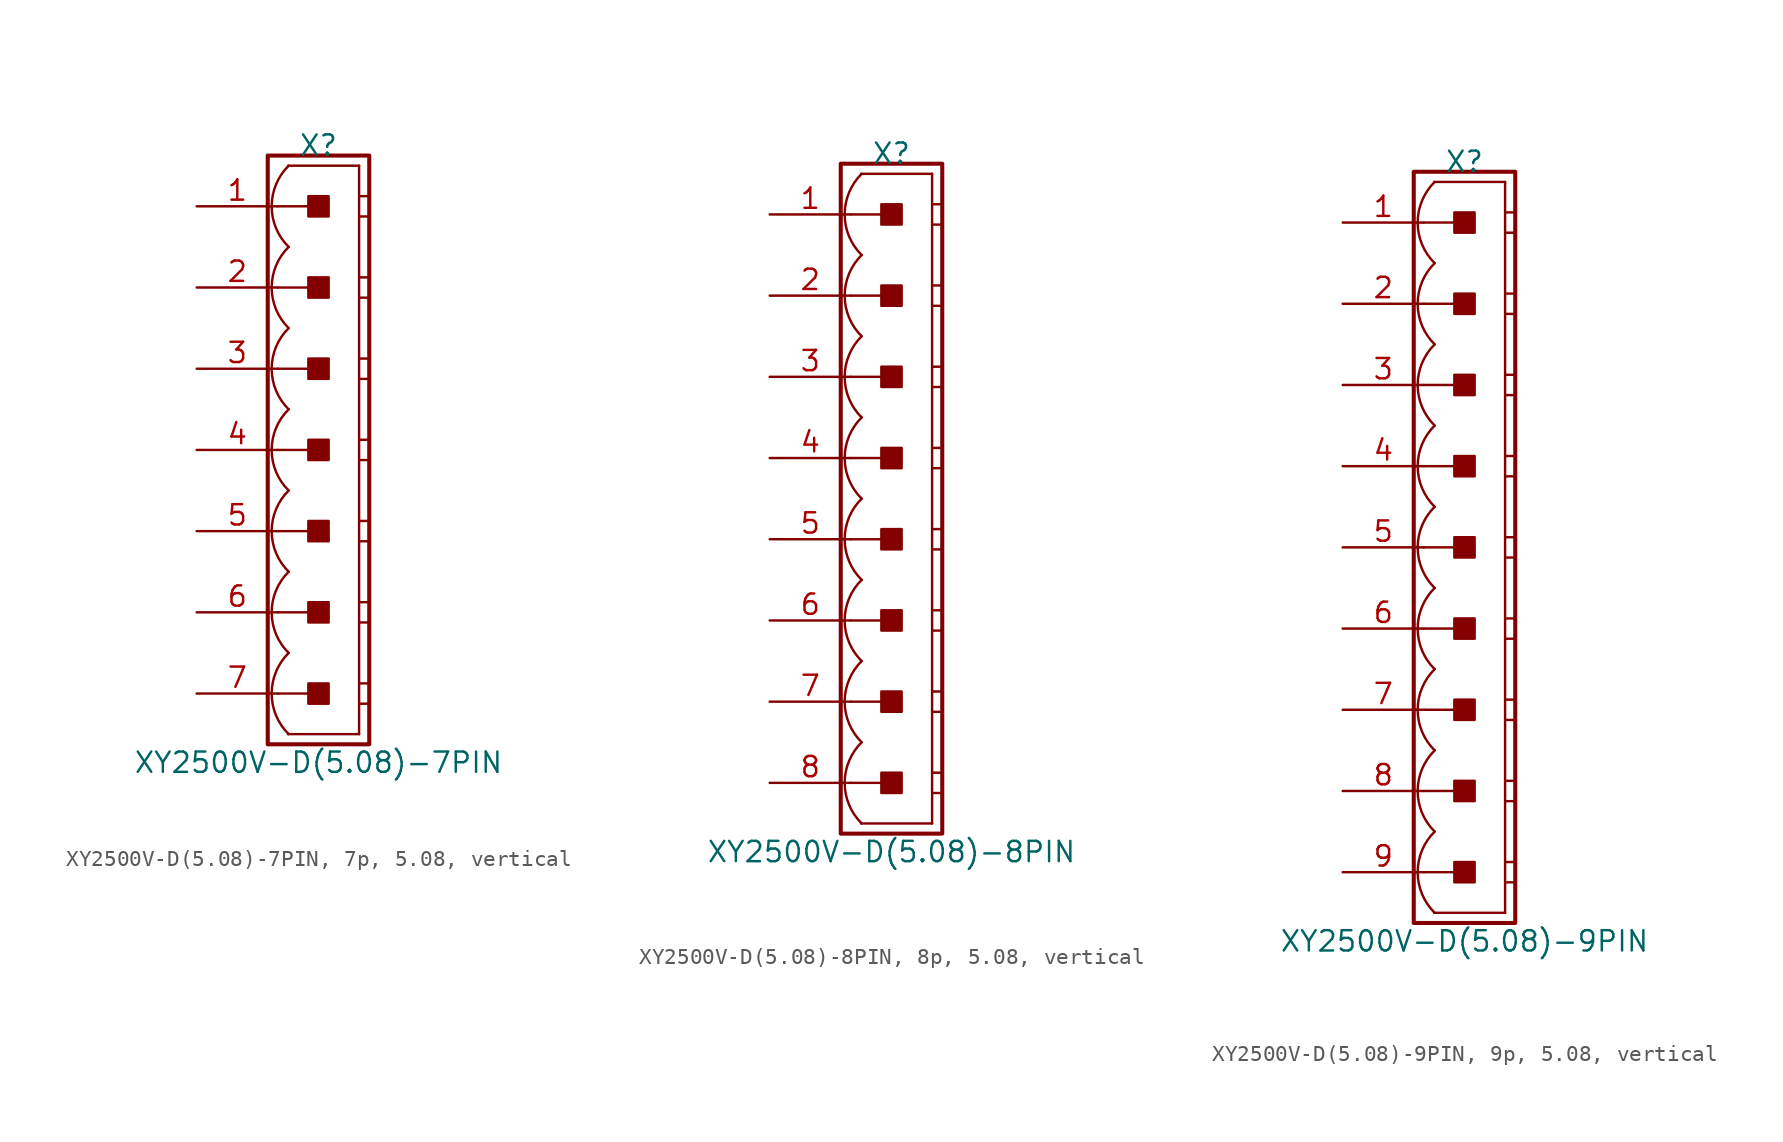
<source format=kicad_sym>
(kicad_symbol_lib
  (version 20241209)
  (generator "kicad_symbol_editor")
  (generator_version "9.0")
  (symbol "XY2500V-D(5.08)-7PIN, 7p, 5.08, vertical"
    (pin_names
      (offset 1.016)
      (hide yes))
    (property "Reference" "X"
      (at 0 19.05 0)
      (effects (font (size 1.27 1.27))))
    (property "Value" "XY2500V-D(5.08)-7PIN"
      (at 0 -19.558 0)
      (effects (font (size 1.27 1.27))))
    (symbol "XY2500V-D(5.08)-7PIN, 7p, 5.08, vertical_0_1"
      (polyline (pts (xy 2.54 17.78) (xy -1.905 17.78)) (stroke (width 0.152) (type default)) (fill (type none)))
      (polyline (pts (xy 2.54 17.78) (xy 2.54 -17.78)) (stroke (width 0.152) (type default)) (fill (type none)))
      (polyline (pts (xy 2.54 15.875) (xy 3.175 15.875)) (stroke (width 0.152) (type default)) (fill (type none)))
      (polyline (pts (xy 2.54 14.605) (xy 3.175 14.605)) (stroke (width 0.152) (type default)) (fill (type none)))
      (polyline (pts (xy 2.54 10.795) (xy 3.175 10.795)) (stroke (width 0.152) (type default)) (fill (type none)))
      (polyline (pts (xy 2.54 9.525) (xy 3.175 9.525)) (stroke (width 0.152) (type default)) (fill (type none)))
      (polyline (pts (xy 2.54 5.715) (xy 3.175 5.715)) (stroke (width 0.152) (type default)) (fill (type none)))
      (polyline (pts (xy 2.54 4.445) (xy 3.175 4.445)) (stroke (width 0.152) (type default)) (fill (type none)))
      (polyline (pts (xy 2.54 0.635) (xy 3.175 0.635)) (stroke (width 0.152) (type default)) (fill (type none)))
      (polyline (pts (xy 2.54 -0.635) (xy 3.175 -0.635)) (stroke (width 0.152) (type default)) (fill (type none)))
      (polyline (pts (xy 2.54 -4.445) (xy 3.175 -4.445)) (stroke (width 0.152) (type default)) (fill (type none)))
      (polyline (pts (xy 2.54 -5.715) (xy 3.175 -5.715)) (stroke (width 0.152) (type default)) (fill (type none)))
      (polyline (pts (xy 2.54 -9.525) (xy 3.175 -9.525)) (stroke (width 0.152) (type default)) (fill (type none)))
      (polyline (pts (xy 2.54 -10.795) (xy 3.175 -10.795)) (stroke (width 0.152) (type default)) (fill (type none)))
      (polyline (pts (xy 2.54 -14.605) (xy 3.175 -14.605)) (stroke (width 0.152) (type default)) (fill (type none)))
      (polyline (pts (xy 2.54 -15.875) (xy 3.175 -15.875)) (stroke (width 0.152) (type default)) (fill (type none)))
      (polyline (pts (xy 2.54 -17.78) (xy -1.905 -17.78)) (stroke (width 0.152) (type default)) (fill (type none))))
    (symbol "XY2500V-D(5.08)-7PIN, 7p, 5.08, vertical_1_0"
      (polyline (pts (xy -2.54 15.24) (xy 0 15.24)) (stroke (width 0.152) (type default)) (fill (type none)))
      (polyline (pts (xy -2.54 10.16) (xy 0 10.16)) (stroke (width 0.152) (type default)) (fill (type none)))
      (polyline (pts (xy -2.54 5.08) (xy 0 5.08)) (stroke (width 0.152) (type default)) (fill (type none)))
      (polyline (pts (xy -2.54 0) (xy 0 0)) (stroke (width 0.152) (type default)) (fill (type none)))
      (polyline (pts (xy -2.54 -5.08) (xy 0 -5.08)) (stroke (width 0.152) (type default)) (fill (type none)))
      (polyline (pts (xy -2.54 -10.16) (xy 0 -10.16)) (stroke (width 0.152) (type default)) (fill (type none)))
      (polyline (pts (xy -2.54 -15.24) (xy 0 -15.24)) (stroke (width 0.152) (type default)) (fill (type none))))
    (symbol "XY2500V-D(5.08)-7PIN, 7p, 5.08, vertical_1_1"
      (rectangle (start -3.175 18.415) (end 3.175 -18.415) (stroke (width 0.254) (type default)) (fill (type none)))
      (rectangle (start -0.635 14.605) (end 0.635 15.875) (stroke (width 0.152) (type default)) (fill (type outline)))
      (rectangle (start -0.635 9.525) (end 0.635 10.795) (stroke (width 0.152) (type default)) (fill (type outline)))
      (rectangle (start -0.635 4.445) (end 0.635 5.715) (stroke (width 0.152) (type default)) (fill (type outline)))
      (rectangle (start -0.635 -0.635) (end 0.635 0.635) (stroke (width 0.152) (type default)) (fill (type outline)))
      (rectangle (start -0.635 -5.715) (end 0.635 -4.445) (stroke (width 0.152) (type default)) (fill (type outline)))
      (rectangle (start -0.635 -10.795) (end 0.635 -9.525) (stroke (width 0.152) (type default)) (fill (type outline)))
      (rectangle (start -0.635 -15.875) (end 0.635 -14.605) (stroke (width 0.152) (type default)) (fill (type outline)))
      (arc (start -1.8664 12.7) (mid -2.9299 15.24) (end -1.8664 17.78) (stroke (width 0.1524) (type default)) (fill (type none)))
      (arc (start -1.8664 7.62) (mid -2.9299 10.16) (end -1.8664 12.7) (stroke (width 0.1524) (type default)) (fill (type none)))
      (arc (start -1.8664 2.54) (mid -2.9299 5.08) (end -1.8664 7.62) (stroke (width 0.1524) (type default)) (fill (type none)))
      (arc (start -1.8664 -2.54) (mid -2.9299 0) (end -1.8664 2.54) (stroke (width 0.1524) (type default)) (fill (type none)))
      (arc (start -1.8664 -7.62) (mid -2.9299 -5.08) (end -1.8664 -2.54) (stroke (width 0.1524) (type default)) (fill (type none)))
      (arc (start -1.8664 -12.7) (mid -2.9299 -10.16) (end -1.8664 -7.62) (stroke (width 0.1524) (type default)) (fill (type none)))
      (arc (start -1.8664 -17.78) (mid -2.9299 -15.24) (end -1.8664 -12.7) (stroke (width 0.1524) (type default)) (fill (type none)))
      (pin passive line (at -7.62 15.24 0) (length 5.08) (name "1" (effects (font (size 1.27 1.27)))) (number "1" (effects (font (size 1.27 1.27)))))
      (pin passive line (at -7.62 10.16 0) (length 5.08) (name "2" (effects (font (size 1.27 1.27)))) (number "2" (effects (font (size 1.27 1.27)))))
      (pin passive line (at -7.62 5.08 0) (length 5.08) (name "3" (effects (font (size 1.27 1.27)))) (number "3" (effects (font (size 1.27 1.27)))))
      (pin passive line (at -7.62 0 0) (length 5.08) (name "4" (effects (font (size 1.27 1.27)))) (number "4" (effects (font (size 1.27 1.27)))))
      (pin passive line (at -7.62 -5.08 0) (length 5.08) (name "5" (effects (font (size 1.27 1.27)))) (number "5" (effects (font (size 1.27 1.27)))))
      (pin passive line (at -7.62 -10.16 0) (length 5.08) (name "6" (effects (font (size 1.27 1.27)))) (number "6" (effects (font (size 1.27 1.27)))))
      (pin passive line (at -7.62 -15.24 0) (length 5.08) (name "7" (effects (font (size 1.27 1.27)))) (number "7" (effects (font (size 1.27 1.27)))))))
  (symbol "XY2500V-D(5.08)-8PIN, 8p, 5.08, vertical"
    (pin_names
      (offset 1.016)
      (hide yes))
    (property "Reference" "X"
      (at 0 21.59 0)
      (effects (font (size 1.27 1.27))))
    (property "Value" "XY2500V-D(5.08)-8PIN"
      (at 0 -22.098 0)
      (effects (font (size 1.27 1.27))))
    (symbol "XY2500V-D(5.08)-8PIN, 8p, 5.08, vertical_0_1"
      (polyline (pts (xy 2.54 20.32) (xy -1.905 20.32)) (stroke (width 0.152) (type default)) (fill (type none)))
      (polyline (pts (xy 2.54 20.32) (xy 2.54 -20.32)) (stroke (width 0.152) (type default)) (fill (type none)))
      (polyline (pts (xy 2.54 18.415) (xy 3.175 18.415)) (stroke (width 0.152) (type default)) (fill (type none)))
      (polyline (pts (xy 2.54 17.145) (xy 3.175 17.145)) (stroke (width 0.152) (type default)) (fill (type none)))
      (polyline (pts (xy 2.54 13.335) (xy 3.175 13.335)) (stroke (width 0.152) (type default)) (fill (type none)))
      (polyline (pts (xy 2.54 12.065) (xy 3.175 12.065)) (stroke (width 0.152) (type default)) (fill (type none)))
      (polyline (pts (xy 2.54 8.255) (xy 3.175 8.255)) (stroke (width 0.152) (type default)) (fill (type none)))
      (polyline (pts (xy 2.54 6.985) (xy 3.175 6.985)) (stroke (width 0.152) (type default)) (fill (type none)))
      (polyline (pts (xy 2.54 3.175) (xy 3.175 3.175)) (stroke (width 0.152) (type default)) (fill (type none)))
      (polyline (pts (xy 2.54 1.905) (xy 3.175 1.905)) (stroke (width 0.152) (type default)) (fill (type none)))
      (polyline (pts (xy 2.54 -1.905) (xy 3.175 -1.905)) (stroke (width 0.152) (type default)) (fill (type none)))
      (polyline (pts (xy 2.54 -3.175) (xy 3.175 -3.175)) (stroke (width 0.152) (type default)) (fill (type none)))
      (polyline (pts (xy 2.54 -6.985) (xy 3.175 -6.985)) (stroke (width 0.152) (type default)) (fill (type none)))
      (polyline (pts (xy 2.54 -8.255) (xy 3.175 -8.255)) (stroke (width 0.152) (type default)) (fill (type none)))
      (polyline (pts (xy 2.54 -12.065) (xy 3.175 -12.065)) (stroke (width 0.152) (type default)) (fill (type none)))
      (polyline (pts (xy 2.54 -13.335) (xy 3.175 -13.335)) (stroke (width 0.152) (type default)) (fill (type none)))
      (polyline (pts (xy 2.54 -17.145) (xy 3.175 -17.145)) (stroke (width 0.152) (type default)) (fill (type none)))
      (polyline (pts (xy 2.54 -18.415) (xy 3.175 -18.415)) (stroke (width 0.152) (type default)) (fill (type none)))
      (polyline (pts (xy 2.54 -20.32) (xy -1.905 -20.32)) (stroke (width 0.152) (type default)) (fill (type none))))
    (symbol "XY2500V-D(5.08)-8PIN, 8p, 5.08, vertical_1_0"
      (polyline (pts (xy -2.54 17.78) (xy 0 17.78)) (stroke (width 0.152) (type default)) (fill (type none)))
      (polyline (pts (xy -2.54 12.7) (xy 0 12.7)) (stroke (width 0.152) (type default)) (fill (type none)))
      (polyline (pts (xy -2.54 7.62) (xy 0 7.62)) (stroke (width 0.152) (type default)) (fill (type none)))
      (polyline (pts (xy -2.54 2.54) (xy 0 2.54)) (stroke (width 0.152) (type default)) (fill (type none)))
      (polyline (pts (xy -2.54 -2.54) (xy 0 -2.54)) (stroke (width 0.152) (type default)) (fill (type none)))
      (polyline (pts (xy -2.54 -7.62) (xy 0 -7.62)) (stroke (width 0.152) (type default)) (fill (type none)))
      (polyline (pts (xy -2.54 -12.7) (xy 0 -12.7)) (stroke (width 0.152) (type default)) (fill (type none)))
      (polyline (pts (xy -2.54 -17.78) (xy 0 -17.78)) (stroke (width 0.152) (type default)) (fill (type none))))
    (symbol "XY2500V-D(5.08)-8PIN, 8p, 5.08, vertical_1_1"
      (rectangle (start -3.175 20.955) (end 3.175 -20.955) (stroke (width 0.254) (type default)) (fill (type none)))
      (rectangle (start -0.635 17.145) (end 0.635 18.415) (stroke (width 0.152) (type default)) (fill (type outline)))
      (rectangle (start -0.635 12.065) (end 0.635 13.335) (stroke (width 0.152) (type default)) (fill (type outline)))
      (rectangle (start -0.635 6.985) (end 0.635 8.255) (stroke (width 0.152) (type default)) (fill (type outline)))
      (rectangle (start -0.635 1.905) (end 0.635 3.175) (stroke (width 0.152) (type default)) (fill (type outline)))
      (rectangle (start -0.635 -3.175) (end 0.635 -1.905) (stroke (width 0.152) (type default)) (fill (type outline)))
      (rectangle (start -0.635 -8.255) (end 0.635 -6.985) (stroke (width 0.152) (type default)) (fill (type outline)))
      (rectangle (start -0.635 -13.335) (end 0.635 -12.065) (stroke (width 0.152) (type default)) (fill (type outline)))
      (rectangle (start -0.635 -18.415) (end 0.635 -17.145) (stroke (width 0.152) (type default)) (fill (type outline)))
      (arc (start -1.8664 15.24) (mid -2.9299 17.78) (end -1.8664 20.32) (stroke (width 0.1524) (type default)) (fill (type none)))
      (arc (start -1.8664 10.16) (mid -2.9299 12.7) (end -1.8664 15.24) (stroke (width 0.1524) (type default)) (fill (type none)))
      (arc (start -1.8664 5.08) (mid -2.9299 7.62) (end -1.8664 10.16) (stroke (width 0.1524) (type default)) (fill (type none)))
      (arc (start -1.8664 0) (mid -2.9299 2.54) (end -1.8664 5.08) (stroke (width 0.1524) (type default)) (fill (type none)))
      (arc (start -1.8664 -5.08) (mid -2.9299 -2.54) (end -1.8664 0) (stroke (width 0.1524) (type default)) (fill (type none)))
      (arc (start -1.8664 -10.16) (mid -2.9299 -7.62) (end -1.8664 -5.08) (stroke (width 0.1524) (type default)) (fill (type none)))
      (arc (start -1.8664 -15.24) (mid -2.9299 -12.7) (end -1.8664 -10.16) (stroke (width 0.1524) (type default)) (fill (type none)))
      (arc (start -1.8664 -20.32) (mid -2.9299 -17.78) (end -1.8664 -15.24) (stroke (width 0.1524) (type default)) (fill (type none)))
      (pin passive line (at -7.62 17.78 0) (length 5.08) (name "1" (effects (font (size 1.27 1.27)))) (number "1" (effects (font (size 1.27 1.27)))))
      (pin passive line (at -7.62 12.7 0) (length 5.08) (name "2" (effects (font (size 1.27 1.27)))) (number "2" (effects (font (size 1.27 1.27)))))
      (pin passive line (at -7.62 7.62 0) (length 5.08) (name "3" (effects (font (size 1.27 1.27)))) (number "3" (effects (font (size 1.27 1.27)))))
      (pin passive line (at -7.62 2.54 0) (length 5.08) (name "4" (effects (font (size 1.27 1.27)))) (number "4" (effects (font (size 1.27 1.27)))))
      (pin passive line (at -7.62 -2.54 0) (length 5.08) (name "5" (effects (font (size 1.27 1.27)))) (number "5" (effects (font (size 1.27 1.27)))))
      (pin passive line (at -7.62 -7.62 0) (length 5.08) (name "6" (effects (font (size 1.27 1.27)))) (number "6" (effects (font (size 1.27 1.27)))))
      (pin passive line (at -7.62 -12.7 0) (length 5.08) (name "7" (effects (font (size 1.27 1.27)))) (number "7" (effects (font (size 1.27 1.27)))))
      (pin passive line (at -7.62 -17.78 0) (length 5.08) (name "8" (effects (font (size 1.27 1.27)))) (number "8" (effects (font (size 1.27 1.27)))))))
  (symbol "XY2500V-D(5.08)-9PIN, 9p, 5.08, vertical"
    (pin_names
      (offset 1.016)
      (hide yes))
    (property "Reference" "X"
      (at 0 24.13 0)
      (effects (font (size 1.27 1.27))))
    (property "Value" "XY2500V-D(5.08)-9PIN"
      (at 0 -24.638 0)
      (effects (font (size 1.27 1.27))))
    (symbol "XY2500V-D(5.08)-9PIN, 9p, 5.08, vertical_0_1"
      (polyline (pts (xy 2.54 22.86) (xy -1.905 22.86)) (stroke (width 0.152) (type default)) (fill (type none)))
      (polyline (pts (xy 2.54 22.86) (xy 2.54 -22.86)) (stroke (width 0.152) (type default)) (fill (type none)))
      (polyline (pts (xy 2.54 20.955) (xy 3.175 20.955)) (stroke (width 0.152) (type default)) (fill (type none)))
      (polyline (pts (xy 2.54 19.685) (xy 3.175 19.685)) (stroke (width 0.152) (type default)) (fill (type none)))
      (polyline (pts (xy 2.54 15.875) (xy 3.175 15.875)) (stroke (width 0.152) (type default)) (fill (type none)))
      (polyline (pts (xy 2.54 14.605) (xy 3.175 14.605)) (stroke (width 0.152) (type default)) (fill (type none)))
      (polyline (pts (xy 2.54 10.795) (xy 3.175 10.795)) (stroke (width 0.152) (type default)) (fill (type none)))
      (polyline (pts (xy 2.54 9.525) (xy 3.175 9.525)) (stroke (width 0.152) (type default)) (fill (type none)))
      (polyline (pts (xy 2.54 5.715) (xy 3.175 5.715)) (stroke (width 0.152) (type default)) (fill (type none)))
      (polyline (pts (xy 2.54 4.445) (xy 3.175 4.445)) (stroke (width 0.152) (type default)) (fill (type none)))
      (polyline (pts (xy 2.54 0.635) (xy 3.175 0.635)) (stroke (width 0.152) (type default)) (fill (type none)))
      (polyline (pts (xy 2.54 -0.635) (xy 3.175 -0.635)) (stroke (width 0.152) (type default)) (fill (type none)))
      (polyline (pts (xy 2.54 -4.445) (xy 3.175 -4.445)) (stroke (width 0.152) (type default)) (fill (type none)))
      (polyline (pts (xy 2.54 -5.715) (xy 3.175 -5.715)) (stroke (width 0.152) (type default)) (fill (type none)))
      (polyline (pts (xy 2.54 -9.525) (xy 3.175 -9.525)) (stroke (width 0.152) (type default)) (fill (type none)))
      (polyline (pts (xy 2.54 -10.795) (xy 3.175 -10.795)) (stroke (width 0.152) (type default)) (fill (type none)))
      (polyline (pts (xy 2.54 -14.605) (xy 3.175 -14.605)) (stroke (width 0.152) (type default)) (fill (type none)))
      (polyline (pts (xy 2.54 -15.875) (xy 3.175 -15.875)) (stroke (width 0.152) (type default)) (fill (type none)))
      (polyline (pts (xy 2.54 -19.685) (xy 3.175 -19.685)) (stroke (width 0.152) (type default)) (fill (type none)))
      (polyline (pts (xy 2.54 -20.955) (xy 3.175 -20.955)) (stroke (width 0.152) (type default)) (fill (type none)))
      (polyline (pts (xy 2.54 -22.86) (xy -1.905 -22.86)) (stroke (width 0.152) (type default)) (fill (type none))))
    (symbol "XY2500V-D(5.08)-9PIN, 9p, 5.08, vertical_1_0"
      (polyline (pts (xy -2.54 20.32) (xy 0 20.32)) (stroke (width 0.152) (type default)) (fill (type none)))
      (polyline (pts (xy -2.54 15.24) (xy 0 15.24)) (stroke (width 0.152) (type default)) (fill (type none)))
      (polyline (pts (xy -2.54 10.16) (xy 0 10.16)) (stroke (width 0.152) (type default)) (fill (type none)))
      (polyline (pts (xy -2.54 5.08) (xy 0 5.08)) (stroke (width 0.152) (type default)) (fill (type none)))
      (polyline (pts (xy -2.54 0) (xy 0 0)) (stroke (width 0.152) (type default)) (fill (type none)))
      (polyline (pts (xy -2.54 -5.08) (xy 0 -5.08)) (stroke (width 0.152) (type default)) (fill (type none)))
      (polyline (pts (xy -2.54 -10.16) (xy 0 -10.16)) (stroke (width 0.152) (type default)) (fill (type none)))
      (polyline (pts (xy -2.54 -15.24) (xy 0 -15.24)) (stroke (width 0.152) (type default)) (fill (type none)))
      (polyline (pts (xy -2.54 -20.32) (xy 0 -20.32)) (stroke (width 0.152) (type default)) (fill (type none))))
    (symbol "XY2500V-D(5.08)-9PIN, 9p, 5.08, vertical_1_1"
      (rectangle (start -3.175 23.495) (end 3.175 -23.495) (stroke (width 0.254) (type default)) (fill (type none)))
      (rectangle (start -0.635 19.685) (end 0.635 20.955) (stroke (width 0.152) (type default)) (fill (type outline)))
      (rectangle (start -0.635 14.605) (end 0.635 15.875) (stroke (width 0.152) (type default)) (fill (type outline)))
      (rectangle (start -0.635 9.525) (end 0.635 10.795) (stroke (width 0.152) (type default)) (fill (type outline)))
      (rectangle (start -0.635 4.445) (end 0.635 5.715) (stroke (width 0.152) (type default)) (fill (type outline)))
      (rectangle (start -0.635 -0.635) (end 0.635 0.635) (stroke (width 0.152) (type default)) (fill (type outline)))
      (rectangle (start -0.635 -5.715) (end 0.635 -4.445) (stroke (width 0.152) (type default)) (fill (type outline)))
      (rectangle (start -0.635 -10.795) (end 0.635 -9.525) (stroke (width 0.152) (type default)) (fill (type outline)))
      (rectangle (start -0.635 -15.875) (end 0.635 -14.605) (stroke (width 0.152) (type default)) (fill (type outline)))
      (rectangle (start -0.635 -20.955) (end 0.635 -19.685) (stroke (width 0.152) (type default)) (fill (type outline)))
      (arc (start -1.8664 17.78) (mid -2.9299 20.32) (end -1.8664 22.86) (stroke (width 0.1524) (type default)) (fill (type none)))
      (arc (start -1.8664 12.7) (mid -2.9299 15.24) (end -1.8664 17.78) (stroke (width 0.1524) (type default)) (fill (type none)))
      (arc (start -1.8664 7.62) (mid -2.9299 10.16) (end -1.8664 12.7) (stroke (width 0.1524) (type default)) (fill (type none)))
      (arc (start -1.8664 2.54) (mid -2.9299 5.08) (end -1.8664 7.62) (stroke (width 0.1524) (type default)) (fill (type none)))
      (arc (start -1.8664 -2.54) (mid -2.9299 0) (end -1.8664 2.54) (stroke (width 0.1524) (type default)) (fill (type none)))
      (arc (start -1.8664 -7.62) (mid -2.9299 -5.08) (end -1.8664 -2.54) (stroke (width 0.1524) (type default)) (fill (type none)))
      (arc (start -1.8664 -12.7) (mid -2.9299 -10.16) (end -1.8664 -7.62) (stroke (width 0.1524) (type default)) (fill (type none)))
      (arc (start -1.8664 -17.78) (mid -2.9299 -15.24) (end -1.8664 -12.7) (stroke (width 0.1524) (type default)) (fill (type none)))
      (arc (start -1.8664 -22.86) (mid -2.9299 -20.32) (end -1.8664 -17.78) (stroke (width 0.1524) (type default)) (fill (type none)))
      (pin passive line (at -7.62 20.32 0) (length 5.08) (name "1" (effects (font (size 1.27 1.27)))) (number "1" (effects (font (size 1.27 1.27)))))
      (pin passive line (at -7.62 15.24 0) (length 5.08) (name "2" (effects (font (size 1.27 1.27)))) (number "2" (effects (font (size 1.27 1.27)))))
      (pin passive line (at -7.62 10.16 0) (length 5.08) (name "3" (effects (font (size 1.27 1.27)))) (number "3" (effects (font (size 1.27 1.27)))))
      (pin passive line (at -7.62 5.08 0) (length 5.08) (name "4" (effects (font (size 1.27 1.27)))) (number "4" (effects (font (size 1.27 1.27)))))
      (pin passive line (at -7.62 0 0) (length 5.08) (name "5" (effects (font (size 1.27 1.27)))) (number "5" (effects (font (size 1.27 1.27)))))
      (pin passive line (at -7.62 -5.08 0) (length 5.08) (name "6" (effects (font (size 1.27 1.27)))) (number "6" (effects (font (size 1.27 1.27)))))
      (pin passive line (at -7.62 -10.16 0) (length 5.08) (name "7" (effects (font (size 1.27 1.27)))) (number "7" (effects (font (size 1.27 1.27)))))
      (pin passive line (at -7.62 -15.24 0) (length 5.08) (name "8" (effects (font (size 1.27 1.27)))) (number "8" (effects (font (size 1.27 1.27)))))
      (pin passive line (at -7.62 -20.32 0) (length 5.08) (name "9" (effects (font (size 1.27 1.27)))) (number "9" (effects (font (size 1.27 1.27))))))))
</source>
